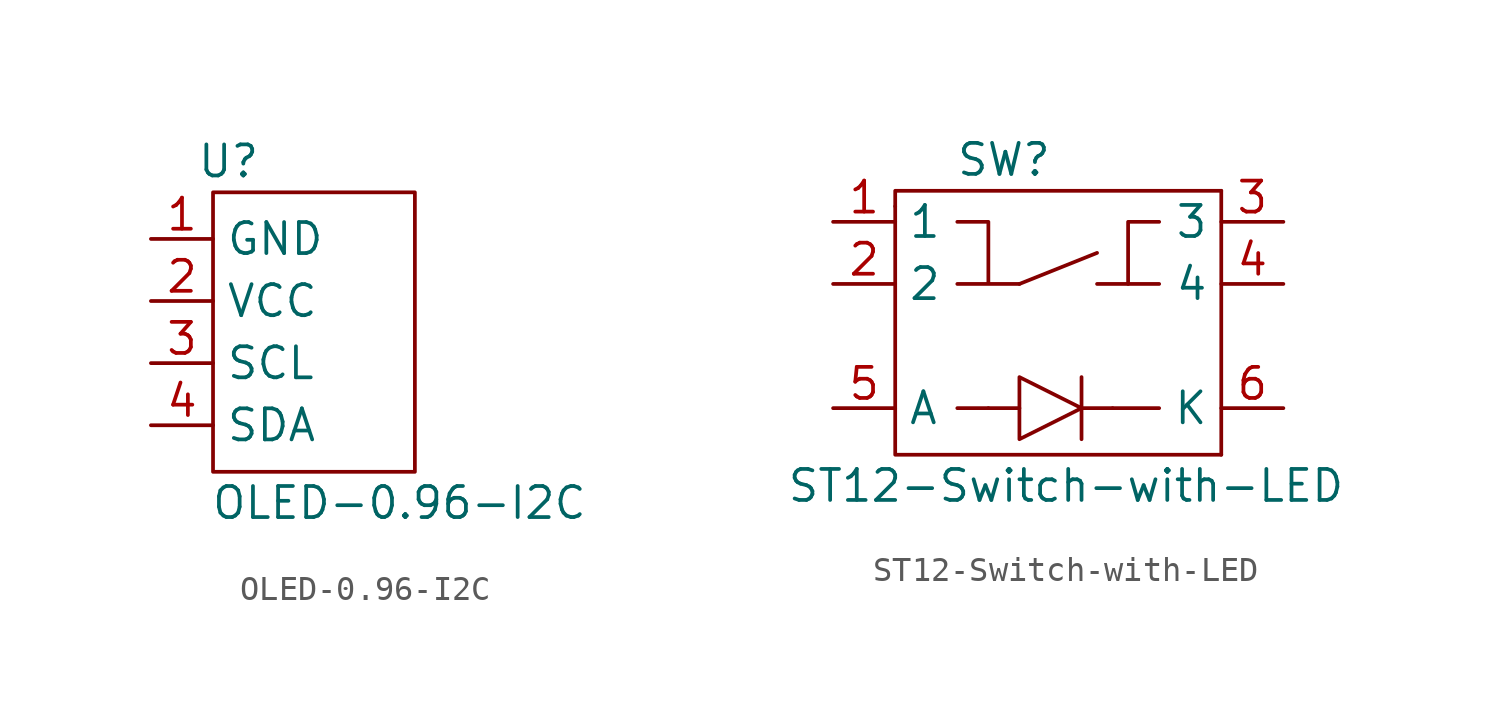
<source format=kicad_sym>
(kicad_symbol_lib
  (version 20211014)
  (generator kicad_symbol_editor)
  (symbol "OLED-0.96-I2C"
    (property "Reference" "U"
      (at 0.635 1.27 0)
      (effects (font (size 1.27 1.27))))
    (property "Value" "OLED-0.96-I2C"
      (at 7.62 -12.7 0)
      (effects (font (size 1.27 1.27))))
    (symbol "OLED-0.96-I2C_0_1"
      (rectangle (start 0 0) (end 8.255 -11.43) (stroke (width 0) (type default) (color 0 0 0 0)) (fill (type none))))
    (symbol "OLED-0.96-I2C_1_1"
      (pin power_in line (at -2.54 -1.905 0) (length 2.54) (name "GND" (effects (font (size 1.27 1.27)))) (number "1" (effects (font (size 1.27 1.27)))))
      (pin power_in line (at -2.54 -4.445 0) (length 2.54) (name "VCC" (effects (font (size 1.27 1.27)))) (number "2" (effects (font (size 1.27 1.27)))))
      (pin input line (at -2.54 -6.985 0) (length 2.54) (name "SCL" (effects (font (size 1.27 1.27)))) (number "3" (effects (font (size 1.27 1.27)))))
      (pin bidirectional line (at -2.54 -9.525 0) (length 2.54) (name "SDA" (effects (font (size 1.27 1.27)))) (number "4" (effects (font (size 1.27 1.27)))))))
  (symbol "ST12-Switch-with-LED"
    (property "Reference" "SW"
      (at 4.445 2.54 0)
      (effects (font (size 1.27 1.27))))
    (property "Value" "ST12-Switch-with-LED"
      (at 6.985 -10.795 0)
      (effects (font (size 1.27 1.27))))
    (symbol "ST12-Switch-with-LED_0_1"
      (polyline (pts (xy 3.81 -7.62) (xy 2.54 -7.62)) (stroke (width 0) (type default) (color 0 0 0 0)) (fill (type none)))
      (polyline (pts (xy 5.08 -7.62) (xy 3.81 -7.62)) (stroke (width 0) (type default) (color 0 0 0 0)) (fill (type none)))
      (polyline (pts (xy 5.08 -2.54) (xy 8.255 -1.27)) (stroke (width 0) (type default) (color 0 0 0 0)) (fill (type none)))
      (polyline (pts (xy 7.62 -7.62) (xy 8.89 -7.62)) (stroke (width 0) (type default) (color 0 0 0 0)) (fill (type none)))
      (polyline (pts (xy 7.62 -6.35) (xy 7.62 -8.89)) (stroke (width 0) (type default) (color 0 0 0 0)) (fill (type none)))
      (polyline (pts (xy 8.89 -7.62) (xy 10.795 -7.62)) (stroke (width 0) (type default) (color 0 0 0 0)) (fill (type none)))
      (polyline (pts (xy 9.525 -2.54) (xy 10.795 -2.54)) (stroke (width 0) (type default) (color 0 0 0 0)) (fill (type none)))
      (polyline (pts (xy 13.335 -9.525) (xy 13.335 1.27)) (stroke (width 0) (type default) (color 0 0 0 0)) (fill (type none)))
      (polyline (pts (xy 0 0.635) (xy 0 -9.525) (xy 13.335 -9.525)) (stroke (width 0) (type default) (color 0 0 0 0)) (fill (type none)))
      (polyline (pts (xy 0 0.635) (xy 0 1.27) (xy 13.335 1.27)) (stroke (width 0) (type default) (color 0 0 0 0)) (fill (type none)))
      (polyline (pts (xy 7.62 -7.62) (xy 5.08 -6.35) (xy 5.08 -8.89) (xy 7.62 -7.62)) (stroke (width 0) (type default) (color 0 0 0 0)) (fill (type none)))
      (polyline (pts (xy 8.255 -2.54) (xy 9.525 -2.54) (xy 9.525 0) (xy 10.795 0)) (stroke (width 0) (type default) (color 0 0 0 0)) (fill (type none)))
      (polyline (pts (xy 2.54 0) (xy 3.81 0) (xy 3.81 -2.54) (xy 2.54 -2.54) (xy 3.81 -2.54) (xy 5.08 -2.54)) (stroke (width 0) (type default) (color 0 0 0 0)) (fill (type none))))
    (symbol "ST12-Switch-with-LED_1_1"
      (pin passive line (at -2.54 0 0) (length 2.54) (name "1" (effects (font (size 1.27 1.27)))) (number "1" (effects (font (size 1.27 1.27)))))
      (pin passive line (at -2.54 -2.54 0) (length 2.54) (name "2" (effects (font (size 1.27 1.27)))) (number "2" (effects (font (size 1.27 1.27)))))
      (pin passive line (at 15.875 0 180) (length 2.54) (name "3" (effects (font (size 1.27 1.27)))) (number "3" (effects (font (size 1.27 1.27)))))
      (pin passive line (at 15.875 -2.54 180) (length 2.54) (name "4" (effects (font (size 1.27 1.27)))) (number "4" (effects (font (size 1.27 1.27)))))
      (pin passive line (at -2.54 -7.62 0) (length 2.54) (name "A" (effects (font (size 1.27 1.27)))) (number "5" (effects (font (size 1.27 1.27)))))
      (pin passive line (at 15.875 -7.62 180) (length 2.54) (name "K" (effects (font (size 1.27 1.27)))) (number "6" (effects (font (size 1.27 1.27))))))))
</source>
